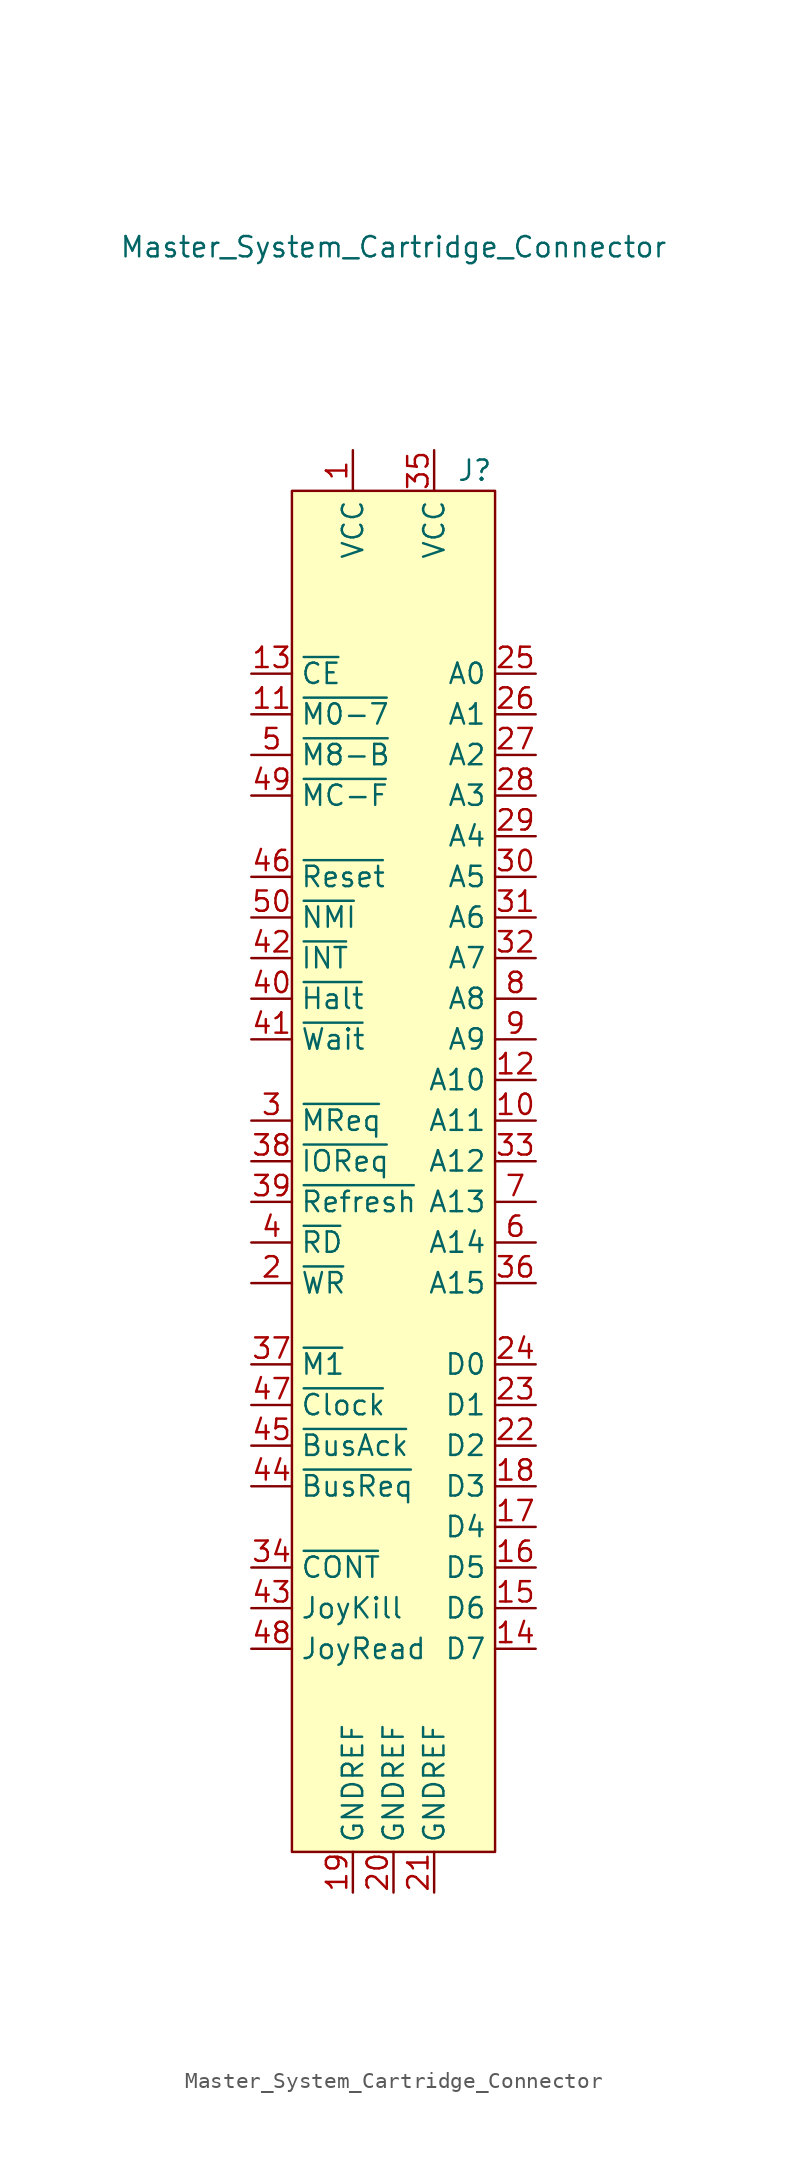
<source format=kicad_sym>
(kicad_symbol_lib
  (version 20211014)
  (generator kicad_symbol_editor)
  (symbol "Master_System_Cartridge_Connector"
    (property "Reference" "J"
      (at 5.08 40.64 0)
      (effects (font (size 1.27 1.27))))
    (property "Value" "Master_System_Cartridge_Connector"
      (at 0 54.61 0)
      (effects (font (size 1.27 1.27))))
    (symbol "Master_System_Cartridge_Connector_0_1"
      (rectangle (start -6.35 39.37) (end 6.35 -45.72) (stroke (width 0) (type default) (color 0 0 0 0)) (fill (type background))))
    (symbol "Master_System_Cartridge_Connector_1_1"
      (pin power_out line (at -2.54 41.91 270) (length 2.54) (name "VCC" (effects (font (size 1.27 1.27)))) (number "1" (effects (font (size 1.27 1.27)))))
      (pin output line (at 8.89 0 180) (length 2.54) (name "A11" (effects (font (size 1.27 1.27)))) (number "10" (effects (font (size 1.27 1.27)))))
      (pin output line (at -8.89 25.4 0) (length 2.54) (name "~{M0-7}" (effects (font (size 1.27 1.27)))) (number "11" (effects (font (size 1.27 1.27)))))
      (pin output line (at 8.89 2.54 180) (length 2.54) (name "A10" (effects (font (size 1.27 1.27)))) (number "12" (effects (font (size 1.27 1.27)))))
      (pin output line (at -8.89 27.94 0) (length 2.54) (name "~{CE}" (effects (font (size 1.27 1.27)))) (number "13" (effects (font (size 1.27 1.27)))))
      (pin bidirectional line (at 8.89 -33.02 180) (length 2.54) (name "D7" (effects (font (size 1.27 1.27)))) (number "14" (effects (font (size 1.27 1.27)))))
      (pin bidirectional line (at 8.89 -30.48 180) (length 2.54) (name "D6" (effects (font (size 1.27 1.27)))) (number "15" (effects (font (size 1.27 1.27)))))
      (pin bidirectional line (at 8.89 -27.94 180) (length 2.54) (name "D5" (effects (font (size 1.27 1.27)))) (number "16" (effects (font (size 1.27 1.27)))))
      (pin bidirectional line (at 8.89 -25.4 180) (length 2.54) (name "D4" (effects (font (size 1.27 1.27)))) (number "17" (effects (font (size 1.27 1.27)))))
      (pin bidirectional line (at 8.89 -22.86 180) (length 2.54) (name "D3" (effects (font (size 1.27 1.27)))) (number "18" (effects (font (size 1.27 1.27)))))
      (pin power_out line (at -2.54 -48.26 90) (length 2.54) (name "GNDREF" (effects (font (size 1.27 1.27)))) (number "19" (effects (font (size 1.27 1.27)))))
      (pin output line (at -8.89 -10.16 0) (length 2.54) (name "~{WR}" (effects (font (size 1.27 1.27)))) (number "2" (effects (font (size 1.27 1.27)))))
      (pin power_out line (at 0 -48.26 90) (length 2.54) (name "GNDREF" (effects (font (size 1.27 1.27)))) (number "20" (effects (font (size 1.27 1.27)))))
      (pin power_out line (at 2.54 -48.26 90) (length 2.54) (name "GNDREF" (effects (font (size 1.27 1.27)))) (number "21" (effects (font (size 1.27 1.27)))))
      (pin bidirectional line (at 8.89 -20.32 180) (length 2.54) (name "D2" (effects (font (size 1.27 1.27)))) (number "22" (effects (font (size 1.27 1.27)))))
      (pin bidirectional line (at 8.89 -17.78 180) (length 2.54) (name "D1" (effects (font (size 1.27 1.27)))) (number "23" (effects (font (size 1.27 1.27)))))
      (pin bidirectional line (at 8.89 -15.24 180) (length 2.54) (name "D0" (effects (font (size 1.27 1.27)))) (number "24" (effects (font (size 1.27 1.27)))))
      (pin output line (at 8.89 27.94 180) (length 2.54) (name "A0" (effects (font (size 1.27 1.27)))) (number "25" (effects (font (size 1.27 1.27)))))
      (pin output line (at 8.89 25.4 180) (length 2.54) (name "A1" (effects (font (size 1.27 1.27)))) (number "26" (effects (font (size 1.27 1.27)))))
      (pin output line (at 8.89 22.86 180) (length 2.54) (name "A2" (effects (font (size 1.27 1.27)))) (number "27" (effects (font (size 1.27 1.27)))))
      (pin output line (at 8.89 20.32 180) (length 2.54) (name "A3" (effects (font (size 1.27 1.27)))) (number "28" (effects (font (size 1.27 1.27)))))
      (pin output line (at 8.89 17.78 180) (length 2.54) (name "A4" (effects (font (size 1.27 1.27)))) (number "29" (effects (font (size 1.27 1.27)))))
      (pin output line (at -8.89 0 0) (length 2.54) (name "~{MReq}" (effects (font (size 1.27 1.27)))) (number "3" (effects (font (size 1.27 1.27)))))
      (pin output line (at 8.89 15.24 180) (length 2.54) (name "A5" (effects (font (size 1.27 1.27)))) (number "30" (effects (font (size 1.27 1.27)))))
      (pin output line (at 8.89 12.7 180) (length 2.54) (name "A6" (effects (font (size 1.27 1.27)))) (number "31" (effects (font (size 1.27 1.27)))))
      (pin output line (at 8.89 10.16 180) (length 2.54) (name "A7" (effects (font (size 1.27 1.27)))) (number "32" (effects (font (size 1.27 1.27)))))
      (pin output line (at 8.89 -2.54 180) (length 2.54) (name "A12" (effects (font (size 1.27 1.27)))) (number "33" (effects (font (size 1.27 1.27)))))
      (pin output line (at -8.89 -27.94 0) (length 2.54) (name "~{CONT}" (effects (font (size 1.27 1.27)))) (number "34" (effects (font (size 1.27 1.27)))))
      (pin power_out line (at 2.54 41.91 270) (length 2.54) (name "VCC" (effects (font (size 1.27 1.27)))) (number "35" (effects (font (size 1.27 1.27)))))
      (pin output line (at 8.89 -10.16 180) (length 2.54) (name "A15" (effects (font (size 1.27 1.27)))) (number "36" (effects (font (size 1.27 1.27)))))
      (pin output line (at -8.89 -15.24 0) (length 2.54) (name "~{M1}" (effects (font (size 1.27 1.27)))) (number "37" (effects (font (size 1.27 1.27)))))
      (pin output line (at -8.89 -2.54 0) (length 2.54) (name "~{IOReq}" (effects (font (size 1.27 1.27)))) (number "38" (effects (font (size 1.27 1.27)))))
      (pin output line (at -8.89 -5.08 0) (length 2.54) (name "~{Refresh}" (effects (font (size 1.27 1.27)))) (number "39" (effects (font (size 1.27 1.27)))))
      (pin output line (at -8.89 -7.62 0) (length 2.54) (name "~{RD}" (effects (font (size 1.27 1.27)))) (number "4" (effects (font (size 1.27 1.27)))))
      (pin output line (at -8.89 7.62 0) (length 2.54) (name "~{Halt}" (effects (font (size 1.27 1.27)))) (number "40" (effects (font (size 1.27 1.27)))))
      (pin output line (at -8.89 5.08 0) (length 2.54) (name "~{Wait}" (effects (font (size 1.27 1.27)))) (number "41" (effects (font (size 1.27 1.27)))))
      (pin output line (at -8.89 10.16 0) (length 2.54) (name "~{INT}" (effects (font (size 1.27 1.27)))) (number "42" (effects (font (size 1.27 1.27)))))
      (pin output line (at -8.89 -30.48 0) (length 2.54) (name "JoyKill" (effects (font (size 1.27 1.27)))) (number "43" (effects (font (size 1.27 1.27)))))
      (pin output line (at -8.89 -22.86 0) (length 2.54) (name "~{BusReq}" (effects (font (size 1.27 1.27)))) (number "44" (effects (font (size 1.27 1.27)))))
      (pin output line (at -8.89 -20.32 0) (length 2.54) (name "~{BusAck}" (effects (font (size 1.27 1.27)))) (number "45" (effects (font (size 1.27 1.27)))))
      (pin output line (at -8.89 15.24 0) (length 2.54) (name "~{Reset}" (effects (font (size 1.27 1.27)))) (number "46" (effects (font (size 1.27 1.27)))))
      (pin output line (at -8.89 -17.78 0) (length 2.54) (name "~{Clock}" (effects (font (size 1.27 1.27)))) (number "47" (effects (font (size 1.27 1.27)))))
      (pin output line (at -8.89 -33.02 0) (length 2.54) (name "JoyRead" (effects (font (size 1.27 1.27)))) (number "48" (effects (font (size 1.27 1.27)))))
      (pin output line (at -8.89 20.32 0) (length 2.54) (name "~{MC-F}" (effects (font (size 1.27 1.27)))) (number "49" (effects (font (size 1.27 1.27)))))
      (pin output line (at -8.89 22.86 0) (length 2.54) (name "~{M8-B}" (effects (font (size 1.27 1.27)))) (number "5" (effects (font (size 1.27 1.27)))))
      (pin output line (at -8.89 12.7 0) (length 2.54) (name "~{NMI}" (effects (font (size 1.27 1.27)))) (number "50" (effects (font (size 1.27 1.27)))))
      (pin output line (at 8.89 -7.62 180) (length 2.54) (name "A14" (effects (font (size 1.27 1.27)))) (number "6" (effects (font (size 1.27 1.27)))))
      (pin output line (at 8.89 -5.08 180) (length 2.54) (name "A13" (effects (font (size 1.27 1.27)))) (number "7" (effects (font (size 1.27 1.27)))))
      (pin output line (at 8.89 7.62 180) (length 2.54) (name "A8" (effects (font (size 1.27 1.27)))) (number "8" (effects (font (size 1.27 1.27)))))
      (pin output line (at 8.89 5.08 180) (length 2.54) (name "A9" (effects (font (size 1.27 1.27)))) (number "9" (effects (font (size 1.27 1.27))))))))
</source>
